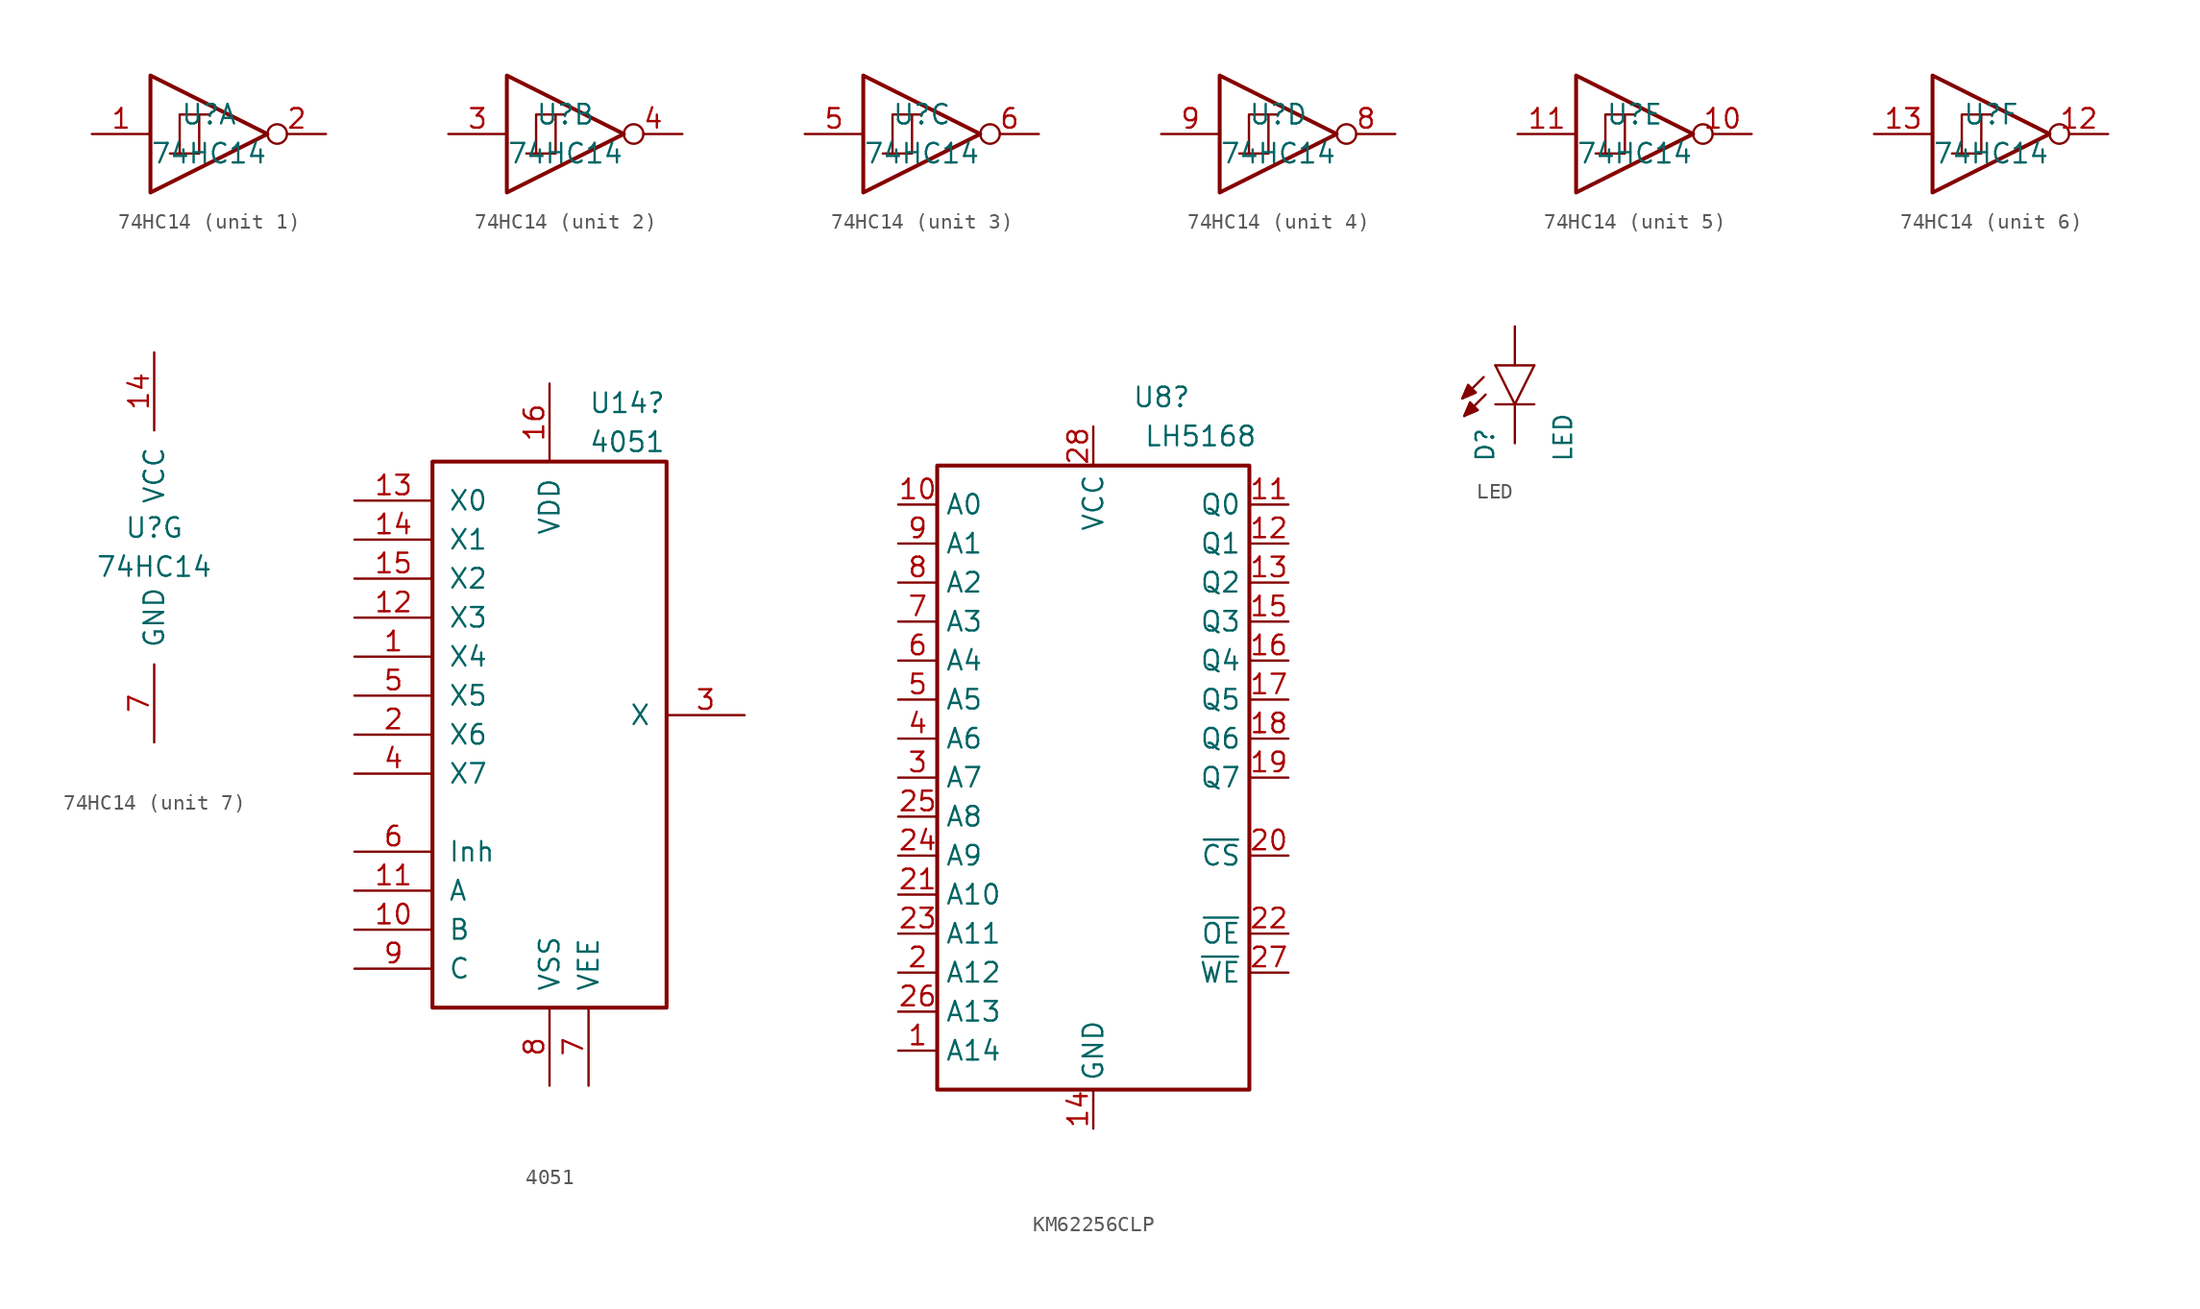
<source format=kicad_sym>
(kicad_symbol_lib
  (version 20220914)
  (generator kicad_symbol_editor)
  (symbol "74HC14"
    (pin_names
      (offset 1.016))
    (property "Reference" "U"
      (at 0 1.27 0)
      (effects (font (size 1.27 1.27))))
    (property "Value" "74HC14"
      (at 0 -1.27 0)
      (effects (font (size 1.27 1.27))))
    (property "ki_locked" ""
      (at 0 0 0)
      (effects (font (size 1.27 1.27))))
    (symbol "74HC14_1_0"
      (polyline (pts (xy -3.81 3.81) (xy -3.81 -3.81) (xy 3.81 0) (xy -3.81 3.81)) (stroke (width 0.254) (type default)) (fill (type none)))
      (pin input line (at -7.62 0 0) (length 3.81) (name "~" (effects (font (size 1.27 1.27)))) (number "1" (effects (font (size 1.27 1.27)))))
      (pin output inverted (at 7.62 0 180) (length 3.81) (name "~" (effects (font (size 1.27 1.27)))) (number "2" (effects (font (size 1.27 1.27))))))
    (symbol "74HC14_1_1"
      (polyline (pts (xy -1.905 -1.27) (xy -1.905 1.27) (xy -0.635 1.27)) (stroke (width 0) (type default)) (fill (type none)))
      (polyline (pts (xy -2.54 -1.27) (xy -0.635 -1.27) (xy -0.635 1.27) (xy 0 1.27)) (stroke (width 0) (type default)) (fill (type none))))
    (symbol "74HC14_2_0"
      (polyline (pts (xy -3.81 3.81) (xy -3.81 -3.81) (xy 3.81 0) (xy -3.81 3.81)) (stroke (width 0.254) (type default)) (fill (type none)))
      (pin input line (at -7.62 0 0) (length 3.81) (name "~" (effects (font (size 1.27 1.27)))) (number "3" (effects (font (size 1.27 1.27)))))
      (pin output inverted (at 7.62 0 180) (length 3.81) (name "~" (effects (font (size 1.27 1.27)))) (number "4" (effects (font (size 1.27 1.27))))))
    (symbol "74HC14_2_1"
      (polyline (pts (xy -1.905 -1.27) (xy -1.905 1.27) (xy -0.635 1.27)) (stroke (width 0) (type default)) (fill (type none)))
      (polyline (pts (xy -2.54 -1.27) (xy -0.635 -1.27) (xy -0.635 1.27) (xy 0 1.27)) (stroke (width 0) (type default)) (fill (type none))))
    (symbol "74HC14_3_0"
      (polyline (pts (xy -3.81 3.81) (xy -3.81 -3.81) (xy 3.81 0) (xy -3.81 3.81)) (stroke (width 0.254) (type default)) (fill (type none)))
      (pin input line (at -7.62 0 0) (length 3.81) (name "~" (effects (font (size 1.27 1.27)))) (number "5" (effects (font (size 1.27 1.27)))))
      (pin output inverted (at 7.62 0 180) (length 3.81) (name "~" (effects (font (size 1.27 1.27)))) (number "6" (effects (font (size 1.27 1.27))))))
    (symbol "74HC14_3_1"
      (polyline (pts (xy -1.905 -1.27) (xy -1.905 1.27) (xy -0.635 1.27)) (stroke (width 0) (type default)) (fill (type none)))
      (polyline (pts (xy -2.54 -1.27) (xy -0.635 -1.27) (xy -0.635 1.27) (xy 0 1.27)) (stroke (width 0) (type default)) (fill (type none))))
    (symbol "74HC14_4_0"
      (polyline (pts (xy -3.81 3.81) (xy -3.81 -3.81) (xy 3.81 0) (xy -3.81 3.81)) (stroke (width 0.254) (type default)) (fill (type none)))
      (pin output inverted (at 7.62 0 180) (length 3.81) (name "~" (effects (font (size 1.27 1.27)))) (number "8" (effects (font (size 1.27 1.27)))))
      (pin input line (at -7.62 0 0) (length 3.81) (name "~" (effects (font (size 1.27 1.27)))) (number "9" (effects (font (size 1.27 1.27))))))
    (symbol "74HC14_4_1"
      (polyline (pts (xy -1.905 -1.27) (xy -1.905 1.27) (xy -0.635 1.27)) (stroke (width 0) (type default)) (fill (type none)))
      (polyline (pts (xy -2.54 -1.27) (xy -0.635 -1.27) (xy -0.635 1.27) (xy 0 1.27)) (stroke (width 0) (type default)) (fill (type none))))
    (symbol "74HC14_5_0"
      (polyline (pts (xy -3.81 3.81) (xy -3.81 -3.81) (xy 3.81 0) (xy -3.81 3.81)) (stroke (width 0.254) (type default)) (fill (type none)))
      (pin output inverted (at 7.62 0 180) (length 3.81) (name "~" (effects (font (size 1.27 1.27)))) (number "10" (effects (font (size 1.27 1.27)))))
      (pin input line (at -7.62 0 0) (length 3.81) (name "~" (effects (font (size 1.27 1.27)))) (number "11" (effects (font (size 1.27 1.27))))))
    (symbol "74HC14_5_1"
      (polyline (pts (xy -1.905 -1.27) (xy -1.905 1.27) (xy -0.635 1.27)) (stroke (width 0) (type default)) (fill (type none)))
      (polyline (pts (xy -2.54 -1.27) (xy -0.635 -1.27) (xy -0.635 1.27) (xy 0 1.27)) (stroke (width 0) (type default)) (fill (type none))))
    (symbol "74HC14_6_0"
      (polyline (pts (xy -3.81 3.81) (xy -3.81 -3.81) (xy 3.81 0) (xy -3.81 3.81)) (stroke (width 0.254) (type default)) (fill (type none)))
      (pin output inverted (at 7.62 0 180) (length 3.81) (name "~" (effects (font (size 1.27 1.27)))) (number "12" (effects (font (size 1.27 1.27)))))
      (pin input line (at -7.62 0 0) (length 3.81) (name "~" (effects (font (size 1.27 1.27)))) (number "13" (effects (font (size 1.27 1.27))))))
    (symbol "74HC14_6_1"
      (polyline (pts (xy -1.905 -1.27) (xy -1.905 1.27) (xy -0.635 1.27)) (stroke (width 0) (type default)) (fill (type none)))
      (polyline (pts (xy -2.54 -1.27) (xy -0.635 -1.27) (xy -0.635 1.27) (xy 0 1.27)) (stroke (width 0) (type default)) (fill (type none))))
    (symbol "74HC14_7_0"
      (pin power_in line (at 0 12.7 270) (length 5.08) (name "VCC" (effects (font (size 1.27 1.27)))) (number "14" (effects (font (size 1.27 1.27)))))
      (pin power_in line (at 0 -12.7 90) (length 5.08) (name "GND" (effects (font (size 1.27 1.27)))) (number "7" (effects (font (size 1.27 1.27)))))))
  (symbol "4051"
    (pin_names
      (offset 1.016))
    (property "Reference" "U14"
      (at 2.54 21.59 0)
      (effects (font (size 1.27 1.27)) (justify left)))
    (property "Value" "4051"
      (at 2.54 19.05 0)
      (effects (font (size 1.27 1.27)) (justify left)))
    (property "ki_locked" ""
      (at 0 0 0)
      (effects (font (size 1.27 1.27))))
    (symbol "4051_1_0"
      (pin passive line (at -12.7 5.08 0) (length 5.08) (name "X4" (effects (font (size 1.27 1.27)))) (number "1" (effects (font (size 1.27 1.27)))))
      (pin input line (at -12.7 -12.7 0) (length 5.08) (name "B" (effects (font (size 1.27 1.27)))) (number "10" (effects (font (size 1.27 1.27)))))
      (pin input line (at -12.7 -10.16 0) (length 5.08) (name "A" (effects (font (size 1.27 1.27)))) (number "11" (effects (font (size 1.27 1.27)))))
      (pin passive line (at -12.7 7.62 0) (length 5.08) (name "X3" (effects (font (size 1.27 1.27)))) (number "12" (effects (font (size 1.27 1.27)))))
      (pin passive line (at -12.7 15.24 0) (length 5.08) (name "X0" (effects (font (size 1.27 1.27)))) (number "13" (effects (font (size 1.27 1.27)))))
      (pin passive line (at -12.7 12.7 0) (length 5.08) (name "X1" (effects (font (size 1.27 1.27)))) (number "14" (effects (font (size 1.27 1.27)))))
      (pin passive line (at -12.7 10.16 0) (length 5.08) (name "X2" (effects (font (size 1.27 1.27)))) (number "15" (effects (font (size 1.27 1.27)))))
      (pin power_in line (at 0 22.86 270) (length 5.08) (name "VDD" (effects (font (size 1.27 1.27)))) (number "16" (effects (font (size 1.27 1.27)))))
      (pin passive line (at -12.7 0 0) (length 5.08) (name "X6" (effects (font (size 1.27 1.27)))) (number "2" (effects (font (size 1.27 1.27)))))
      (pin passive line (at 12.7 1.27 180) (length 5.08) (name "X" (effects (font (size 1.27 1.27)))) (number "3" (effects (font (size 1.27 1.27)))))
      (pin passive line (at -12.7 -2.54 0) (length 5.08) (name "X7" (effects (font (size 1.27 1.27)))) (number "4" (effects (font (size 1.27 1.27)))))
      (pin passive line (at -12.7 2.54 0) (length 5.08) (name "X5" (effects (font (size 1.27 1.27)))) (number "5" (effects (font (size 1.27 1.27)))))
      (pin input line (at -12.7 -7.62 0) (length 5.08) (name "Inh" (effects (font (size 1.27 1.27)))) (number "6" (effects (font (size 1.27 1.27)))))
      (pin power_in line (at 2.54 -22.86 90) (length 5.08) (name "VEE" (effects (font (size 1.27 1.27)))) (number "7" (effects (font (size 1.27 1.27)))))
      (pin power_in line (at 0 -22.86 90) (length 5.08) (name "VSS" (effects (font (size 1.27 1.27)))) (number "8" (effects (font (size 1.27 1.27)))))
      (pin input line (at -12.7 -15.24 0) (length 5.08) (name "C" (effects (font (size 1.27 1.27)))) (number "9" (effects (font (size 1.27 1.27))))))
    (symbol "4051_1_1"
      (rectangle (start -7.62 17.78) (end 7.62 -17.78) (stroke (width 0.254) (type default)) (fill (type none)))))
  (symbol "KM62256CLP"
    (property "Reference" "U8"
      (at 4.445 24.765 0)
      (effects (font (size 1.27 1.27))))
    (property "Value" "LH5168"
      (at 6.985 22.225 0)
      (effects (font (size 1.27 1.27))))
    (symbol "KM62256CLP_0_0"
      (pin power_in line (at 0 -22.86 90) (length 2.54) (name "GND" (effects (font (size 1.27 1.27)))) (number "14" (effects (font (size 1.27 1.27)))))
      (pin power_in line (at 0 22.86 270) (length 2.54) (name "VCC" (effects (font (size 1.27 1.27)))) (number "28" (effects (font (size 1.27 1.27))))))
    (symbol "KM62256CLP_1_1"
      (rectangle (start -10.16 20.32) (end 10.16 -20.32) (stroke (width 0.254) (type default)) (fill (type none)))
      (pin input line (at -12.7 -17.78 0) (length 2.54) (name "A14" (effects (font (size 1.27 1.27)))) (number "1" (effects (font (size 1.27 1.27)))))
      (pin input line (at -12.7 17.78 0) (length 2.54) (name "A0" (effects (font (size 1.27 1.27)))) (number "10" (effects (font (size 1.27 1.27)))))
      (pin tri_state line (at 12.7 17.78 180) (length 2.54) (name "Q0" (effects (font (size 1.27 1.27)))) (number "11" (effects (font (size 1.27 1.27)))))
      (pin tri_state line (at 12.7 15.24 180) (length 2.54) (name "Q1" (effects (font (size 1.27 1.27)))) (number "12" (effects (font (size 1.27 1.27)))))
      (pin tri_state line (at 12.7 12.7 180) (length 2.54) (name "Q2" (effects (font (size 1.27 1.27)))) (number "13" (effects (font (size 1.27 1.27)))))
      (pin tri_state line (at 12.7 10.16 180) (length 2.54) (name "Q3" (effects (font (size 1.27 1.27)))) (number "15" (effects (font (size 1.27 1.27)))))
      (pin tri_state line (at 12.7 7.62 180) (length 2.54) (name "Q4" (effects (font (size 1.27 1.27)))) (number "16" (effects (font (size 1.27 1.27)))))
      (pin tri_state line (at 12.7 5.08 180) (length 2.54) (name "Q5" (effects (font (size 1.27 1.27)))) (number "17" (effects (font (size 1.27 1.27)))))
      (pin tri_state line (at 12.7 2.54 180) (length 2.54) (name "Q6" (effects (font (size 1.27 1.27)))) (number "18" (effects (font (size 1.27 1.27)))))
      (pin tri_state line (at 12.7 0 180) (length 2.54) (name "Q7" (effects (font (size 1.27 1.27)))) (number "19" (effects (font (size 1.27 1.27)))))
      (pin input line (at -12.7 -12.7 0) (length 2.54) (name "A12" (effects (font (size 1.27 1.27)))) (number "2" (effects (font (size 1.27 1.27)))))
      (pin input line (at 12.7 -5.08 180) (length 2.54) (name "~{CS}" (effects (font (size 1.27 1.27)))) (number "20" (effects (font (size 1.27 1.27)))))
      (pin input line (at -12.7 -7.62 0) (length 2.54) (name "A10" (effects (font (size 1.27 1.27)))) (number "21" (effects (font (size 1.27 1.27)))))
      (pin input line (at 12.7 -10.16 180) (length 2.54) (name "~{OE}" (effects (font (size 1.27 1.27)))) (number "22" (effects (font (size 1.27 1.27)))))
      (pin input line (at -12.7 -10.16 0) (length 2.54) (name "A11" (effects (font (size 1.27 1.27)))) (number "23" (effects (font (size 1.27 1.27)))))
      (pin input line (at -12.7 -5.08 0) (length 2.54) (name "A9" (effects (font (size 1.27 1.27)))) (number "24" (effects (font (size 1.27 1.27)))))
      (pin input line (at -12.7 -2.54 0) (length 2.54) (name "A8" (effects (font (size 1.27 1.27)))) (number "25" (effects (font (size 1.27 1.27)))))
      (pin input line (at -12.7 -15.24 0) (length 2.54) (name "A13" (effects (font (size 1.27 1.27)))) (number "26" (effects (font (size 1.27 1.27)))))
      (pin input line (at 12.7 -12.7 180) (length 2.54) (name "~{WE}" (effects (font (size 1.27 1.27)))) (number "27" (effects (font (size 1.27 1.27)))))
      (pin input line (at -12.7 0 0) (length 2.54) (name "A7" (effects (font (size 1.27 1.27)))) (number "3" (effects (font (size 1.27 1.27)))))
      (pin input line (at -12.7 2.54 0) (length 2.54) (name "A6" (effects (font (size 1.27 1.27)))) (number "4" (effects (font (size 1.27 1.27)))))
      (pin input line (at -12.7 5.08 0) (length 2.54) (name "A5" (effects (font (size 1.27 1.27)))) (number "5" (effects (font (size 1.27 1.27)))))
      (pin input line (at -12.7 7.62 0) (length 2.54) (name "A4" (effects (font (size 1.27 1.27)))) (number "6" (effects (font (size 1.27 1.27)))))
      (pin input line (at -12.7 10.16 0) (length 2.54) (name "A3" (effects (font (size 1.27 1.27)))) (number "7" (effects (font (size 1.27 1.27)))))
      (pin input line (at -12.7 12.7 0) (length 2.54) (name "A2" (effects (font (size 1.27 1.27)))) (number "8" (effects (font (size 1.27 1.27)))))
      (pin input line (at -12.7 15.24 0) (length 2.54) (name "A1" (effects (font (size 1.27 1.27)))) (number "9" (effects (font (size 1.27 1.27)))))))
  (symbol "LED"
    (pin_numbers hide)
    (pin_names
      (offset 1.016) hide)
    (property "Reference" "D"
      (at -1.27 -6.35 90)
      (effects (font (size 1.143 1.143)) (justify left bottom)))
    (property "Value" "LED"
      (at 3.81 -6.35 90)
      (effects (font (size 1.143 1.143)) (justify left bottom)))
    (property "Field4" ""
      (at -6.35 0 90)
      (effects (font (size 1.524 1.524))))
    (property "ki_locked" ""
      (at 0 0 0)
      (effects (font (size 1.27 1.27))))
    (symbol "LED_1_0"
      (polyline (pts (xy -2.032 -0.762) (xy -3.429 -2.159)) (stroke (width 0) (type solid)) (fill (type none)))
      (polyline (pts (xy -1.905 -1.905) (xy -3.302 -3.302)) (stroke (width 0) (type solid)) (fill (type none)))
      (polyline (pts (xy 0 -2.54) (xy -1.27 -2.54)) (stroke (width 0) (type solid)) (fill (type none)))
      (polyline (pts (xy 0 -2.54) (xy -1.27 0)) (stroke (width 0) (type solid)) (fill (type none)))
      (polyline (pts (xy 1.27 -2.54) (xy 0 -2.54)) (stroke (width 0) (type solid)) (fill (type none)))
      (polyline (pts (xy 1.27 0) (xy -1.27 0)) (stroke (width 0) (type solid)) (fill (type none)))
      (polyline (pts (xy 1.27 0) (xy 0 -2.54)) (stroke (width 0) (type solid)) (fill (type none))))
    (symbol "LED_1_1"
      (polyline (pts (xy -3.429 -2.159) (xy -3.048 -1.27) (xy -3.048 -1.27) (xy -2.54 -1.778) (xy -2.54 -1.778) (xy -3.429 -2.159)) (stroke (width 0) (type solid)) (fill (type outline)))
      (polyline (pts (xy -3.302 -3.302) (xy -2.921 -2.413) (xy -2.921 -2.413) (xy -2.413 -2.921) (xy -2.413 -2.921) (xy -3.302 -3.302)) (stroke (width 0) (type solid)) (fill (type outline)))
      (pin passive line (at 0 2.54 270) (length 2.54) (name "A" (effects (font (size 1.016 1.016)))) (number "A" (effects (font (size 1.016 1.016)))))
      (pin passive line (at 0 -5.08 90) (length 2.54) (name "C" (effects (font (size 1.016 1.016)))) (number "K" (effects (font (size 1.016 1.016))))))))
</source>
